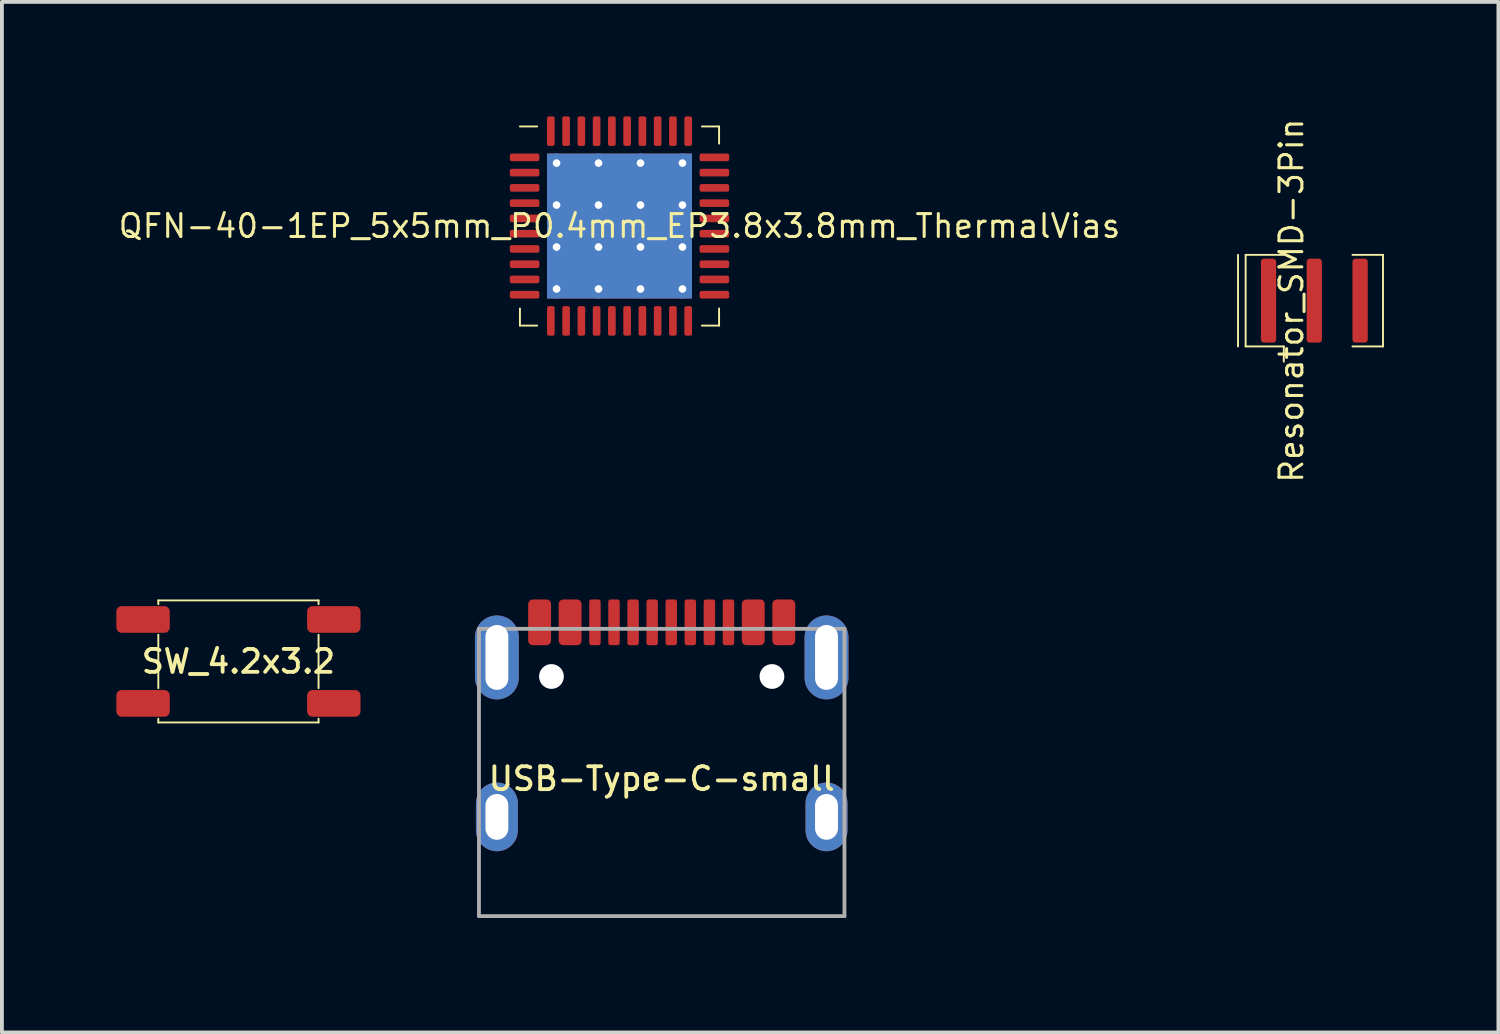
<source format=kicad_pcb>
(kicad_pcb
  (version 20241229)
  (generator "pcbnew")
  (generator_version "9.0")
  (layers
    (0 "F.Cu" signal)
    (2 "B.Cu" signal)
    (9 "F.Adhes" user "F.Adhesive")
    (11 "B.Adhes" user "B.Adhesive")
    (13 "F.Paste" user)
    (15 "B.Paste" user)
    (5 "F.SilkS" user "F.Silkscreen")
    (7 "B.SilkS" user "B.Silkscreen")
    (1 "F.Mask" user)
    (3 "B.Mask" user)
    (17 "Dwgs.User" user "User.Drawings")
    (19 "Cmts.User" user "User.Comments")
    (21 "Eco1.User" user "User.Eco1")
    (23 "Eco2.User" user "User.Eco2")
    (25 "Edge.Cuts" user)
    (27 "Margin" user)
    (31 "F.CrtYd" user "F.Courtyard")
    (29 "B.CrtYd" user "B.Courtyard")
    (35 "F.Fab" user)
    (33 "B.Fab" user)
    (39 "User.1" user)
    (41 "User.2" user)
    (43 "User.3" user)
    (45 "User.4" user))
  (footprint "Resonator_SMD-3Pin"
    (layer "F.Cu")
    (at 31.402 4.831)
    (property "Reference" "Resonator_SMD-3Pin" (at -0.6 0 90) (layer "F.SilkS") (effects (font (size 0.6 0.6) (thickness 0.08))))
    (attr smd)
    (fp_line (start -2 -1.2) (end -2 1.2) (stroke (width 0.05) (type solid)) (layer "F.SilkS"))
    (fp_line (start -1.8 -1.2) (end -0.8 -1.2) (stroke (width 0.05) (type solid)) (layer "F.SilkS"))
    (fp_line (start -1.8 1.2) (end -1.8 -1.2) (stroke (width 0.05) (type solid)) (layer "F.SilkS"))
    (fp_line (start -0.8 1.2) (end -1.8 1.2) (stroke (width 0.05) (type solid)) (layer "F.SilkS"))
    (fp_line (start -0.8 1.2) (end -0.8 1.6) (stroke (width 0.05) (type solid)) (layer "F.SilkS"))
    (fp_line (start 1 -1.2) (end 1.8 -1.2) (stroke (width 0.05) (type solid)) (layer "F.SilkS"))
    (fp_line (start 1.8 -1.2) (end 1.8 1.2) (stroke (width 0.05) (type solid)) (layer "F.SilkS"))
    (fp_line (start 1.8 1.2) (end 1 1.2) (stroke (width 0.05) (type solid)) (layer "F.SilkS"))
    (pad "1" smd roundrect (at -1.2 0) (size 0.4 2.2) (layers "F.Cu" "F.Mask" "F.Paste") (roundrect_rratio 0.2))
    (pad "2" smd roundrect (at 0 0) (size 0.4 2.2) (layers "F.Cu" "F.Mask" "F.Paste") (roundrect_rratio 0.2))
    (pad "3" smd roundrect (at 1.2 0) (size 0.4 2.2) (layers "F.Cu" "F.Mask" "F.Paste") (roundrect_rratio 0.2)))
  (footprint "USB-Type-C-small"
    (layer "F.Cu")
    (at 14.295 17.363)
    (property "Reference" "USB-Type-C-small" (at 0 0 0) (layer "F.SilkS") (effects (font (size 0.6 0.6) (thickness 0.1))))
    (attr smd)
    (fp_line (start -4.79 -1.65) (end -4.79 -0.4) (stroke (width 0.05) (type solid)) (layer "F.SilkS"))
    (fp_line (start -4.79 2.32) (end -4.79 3.6) (stroke (width 0.05) (type solid)) (layer "F.SilkS"))
    (fp_line (start -4.79 3.6) (end 4.79 3.6) (stroke (width 0.05) (type solid)) (layer "F.SilkS"))
    (fp_line (start 4.79 -1.65) (end 4.79 -0.4) (stroke (width 0.05) (type solid)) (layer "F.SilkS"))
    (fp_line (start 4.79 3.6) (end 4.79 2.32) (stroke (width 0.05) (type solid)) (layer "F.SilkS"))
    (fp_line (start -4.79 -3.93) (end 4.79 -3.93) (stroke (width 0.1) (type solid)) (layer "F.Fab"))
    (fp_line (start -4.79 3.6) (end -4.79 -3.93) (stroke (width 0.1) (type solid)) (layer "F.Fab"))
    (fp_line (start 4.79 -3.93) (end 4.79 3.6) (stroke (width 0.1) (type solid)) (layer "F.Fab"))
    (fp_line (start 4.79 3.6) (end -4.79 3.6) (stroke (width 0.1) (type solid)) (layer "F.Fab"))
    (pad "" np_thru_hole circle (at -2.89 -2.68) (size 0.65 0.65) (drill 0.65) (layers "*.Cu" "*.Mask"))
    (pad "" np_thru_hole circle (at 2.89 -2.68) (size 0.65 0.65) (drill 0.65) (layers "*.Cu" "*.Mask"))
    (pad "A1/B12" smd roundrect (at -3.2 -4.1) (size 0.6 1.2) (layers "F.Cu" "F.Mask" "F.Paste") (roundrect_rratio 0.2))
    (pad "A4/B9" smd roundrect (at -2.4 -4.1) (size 0.6 1.2) (layers "F.Cu" "F.Mask" "F.Paste") (roundrect_rratio 0.2))
    (pad "A5" smd roundrect (at -1.25 -4.1) (size 0.3 1.2) (layers "F.Cu" "F.Mask" "F.Paste") (roundrect_rratio 0.2))
    (pad "A6" smd roundrect (at -0.25 -4.1) (size 0.3 1.2) (layers "F.Cu" "F.Mask" "F.Paste") (roundrect_rratio 0.2))
    (pad "A7" smd roundrect (at 0.25 -4.1) (size 0.3 1.2) (layers "F.Cu" "F.Mask" "F.Paste") (roundrect_rratio 0.2))
    (pad "A8" smd roundrect (at 1.25 -4.1) (size 0.3 1.2) (layers "F.Cu" "F.Mask" "F.Paste") (roundrect_rratio 0.2))
    (pad "B1/A12" smd roundrect (at 3.2 -4.1) (size 0.6 1.2) (layers "F.Cu" "F.Mask" "F.Paste") (roundrect_rratio 0.2))
    (pad "B4/A9" smd roundrect (at 2.4 -4.1) (size 0.6 1.2) (layers "F.Cu" "F.Mask" "F.Paste") (roundrect_rratio 0.2))
    (pad "B5" smd roundrect (at 1.75 -4.1) (size 0.3 1.2) (layers "F.Cu" "F.Mask" "F.Paste") (roundrect_rratio 0.2))
    (pad "B6" smd roundrect (at 0.75 -4.1) (size 0.3 1.2) (layers "F.Cu" "F.Mask" "F.Paste") (roundrect_rratio 0.2))
    (pad "B7" smd roundrect (at -0.75 -4.1) (size 0.3 1.2) (layers "F.Cu" "F.Mask" "F.Paste") (roundrect_rratio 0.2))
    (pad "B8" smd roundrect (at -1.75 -4.1) (size 0.3 1.2) (layers "F.Cu" "F.Mask" "F.Paste") (roundrect_rratio 0.2))
    (pad "G1" thru_hole oval (at -4.32 1) (size 1.1 1.8) (drill oval 0.6 1.2) (layers "*.Cu" "*.Mask"))
    (pad "G2" thru_hole oval (at 4.32 1) (size 1.1 1.8) (drill oval 0.6 1.2) (layers "*.Cu" "*.Mask"))
    (pad "G3" thru_hole oval (at -4.32 -3.18) (size 1.15 2.2) (drill oval 0.6 1.7) (layers "*.Cu" "*.Mask"))
    (pad "G4" thru_hole oval (at 4.32 -3.18) (size 1.15 2.2) (drill oval 0.6 1.7) (layers "*.Cu" "*.Mask")))
  (footprint "SW_4.2x3.2"
    (layer "F.Cu")
    (at 3.2 14.288)
    (property "Reference" "SW_4.2x3.2" (at 0 0 0) (layer "F.SilkS") (effects (font (size 0.6 0.6) (thickness 0.1))))
    (attr smd)
    (fp_line (start -2.1 -1.6) (end -2.1 -1.5) (stroke (width 0.05) (type solid)) (layer "F.SilkS"))
    (fp_line (start -2.1 -1.6) (end 2.1 -1.6) (stroke (width 0.05) (type solid)) (layer "F.SilkS"))
    (fp_line (start -2.1 -0.7) (end -2.1 0.7) (stroke (width 0.05) (type solid)) (layer "F.SilkS"))
    (fp_line (start -2.1 1.6) (end -2.1 1.5) (stroke (width 0.05) (type solid)) (layer "F.SilkS"))
    (fp_line (start -2.1 1.6) (end 2.1 1.6) (stroke (width 0.05) (type solid)) (layer "F.SilkS"))
    (fp_line (start 2.1 -1.6) (end 2.1 -1.5) (stroke (width 0.05) (type solid)) (layer "F.SilkS"))
    (fp_line (start 2.1 -0.7) (end 2.1 0.7) (stroke (width 0.05) (type solid)) (layer "F.SilkS"))
    (fp_line (start 2.1 1.5) (end 2.1 1.6) (stroke (width 0.05) (type solid)) (layer "F.SilkS"))
    (pad "1" smd roundrect (at -2.5 -1.1) (size 1.4 0.7) (layers "F.Cu" "F.Mask" "F.Paste") (roundrect_rratio 0.2))
    (pad "1" smd roundrect (at 2.5 -1.1) (size 1.4 0.7) (layers "F.Cu" "F.Mask" "F.Paste") (roundrect_rratio 0.2))
    (pad "2" smd roundrect (at -2.5 1.1) (size 1.4 0.7) (layers "F.Cu" "F.Mask" "F.Paste") (roundrect_rratio 0.2))
    (pad "2" smd roundrect (at 2.5 1.1) (size 1.4 0.7) (layers "F.Cu" "F.Mask" "F.Paste") (roundrect_rratio 0.2)))
  (footprint "QFN-40-1EP_5x5mm_P0.4mm_EP3.8x3.8mm_ThermalVias"
    (layer "F.Cu")
    (at 13.189 2.875)
    (property "Reference" "QFN-40-1EP_5x5mm_P0.4mm_EP3.8x3.8mm_ThermalVias" (at 0 0 0) (layer "F.SilkS") (effects (font (size 0.6 0.6) (thickness 0.08))))
    (attr smd)
    (fp_line (start -2.61 2.61) (end -2.61 2.16) (stroke (width 0.05) (type solid)) (layer "F.SilkS"))
    (fp_line (start -2.16 -2.61) (end -2.61 -2.61) (stroke (width 0.05) (type solid)) (layer "F.SilkS"))
    (fp_line (start -2.16 2.61) (end -2.61 2.61) (stroke (width 0.05) (type solid)) (layer "F.SilkS"))
    (fp_line (start 2.16 -2.61) (end 2.61 -2.61) (stroke (width 0.05) (type solid)) (layer "F.SilkS"))
    (fp_line (start 2.16 2.61) (end 2.61 2.61) (stroke (width 0.05) (type solid)) (layer "F.SilkS"))
    (fp_line (start 2.61 -2.61) (end 2.61 -2.16) (stroke (width 0.05) (type solid)) (layer "F.SilkS"))
    (fp_line (start 2.61 2.61) (end 2.61 2.16) (stroke (width 0.05) (type solid)) (layer "F.SilkS"))
    (pad "" smd custom (at -1.1 -1.1) (size 0.865 0.865) (layers "F.Paste") (options (anchor circle)) (primitives (gr_poly (pts (xy -0.375 -0.279) (xy -0.279 -0.375) (xy 0.279 -0.375) (xy 0.375 -0.279) (xy 0.375 0.279) (xy 0.279 0.375) (xy -0.279 0.375) (xy -0.375 0.279)) (width 0.232) (fill yes))))
    (pad "" smd custom (at -1.1 0) (size 0.865 0.865) (layers "F.Paste") (options (anchor circle)) (primitives (gr_poly (pts (xy -0.375 -0.279) (xy -0.279 -0.375) (xy 0.279 -0.375) (xy 0.375 -0.279) (xy 0.375 0.279) (xy 0.279 0.375) (xy -0.279 0.375) (xy -0.375 0.279)) (width 0.232) (fill yes))))
    (pad "" smd custom (at -1.1 1.1) (size 0.865 0.865) (layers "F.Paste") (options (anchor circle)) (primitives (gr_poly (pts (xy -0.375 -0.279) (xy -0.279 -0.375) (xy 0.279 -0.375) (xy 0.375 -0.279) (xy 0.375 0.279) (xy 0.279 0.375) (xy -0.279 0.375) (xy -0.375 0.279)) (width 0.232) (fill yes))))
    (pad "" smd custom (at 0 -1.1) (size 0.865 0.865) (layers "F.Paste") (options (anchor circle)) (primitives (gr_poly (pts (xy -0.375 -0.279) (xy -0.279 -0.375) (xy 0.279 -0.375) (xy 0.375 -0.279) (xy 0.375 0.279) (xy 0.279 0.375) (xy -0.279 0.375) (xy -0.375 0.279)) (width 0.232) (fill yes))))
    (pad "" smd custom (at 0 0) (size 0.865 0.865) (layers "F.Paste") (options (anchor circle)) (primitives (gr_poly (pts (xy -0.375 -0.279) (xy -0.279 -0.375) (xy 0.279 -0.375) (xy 0.375 -0.279) (xy 0.375 0.279) (xy 0.279 0.375) (xy -0.279 0.375) (xy -0.375 0.279)) (width 0.232) (fill yes))))
    (pad "" smd custom (at 0 1.1) (size 0.865 0.865) (layers "F.Paste") (options (anchor circle)) (primitives (gr_poly (pts (xy -0.375 -0.279) (xy -0.279 -0.375) (xy 0.279 -0.375) (xy 0.375 -0.279) (xy 0.375 0.279) (xy 0.279 0.375) (xy -0.279 0.375) (xy -0.375 0.279)) (width 0.232) (fill yes))))
    (pad "" smd custom (at 1.1 -1.1) (size 0.865 0.865) (layers "F.Paste") (options (anchor circle)) (primitives (gr_poly (pts (xy -0.375 -0.279) (xy -0.279 -0.375) (xy 0.279 -0.375) (xy 0.375 -0.279) (xy 0.375 0.279) (xy 0.279 0.375) (xy -0.279 0.375) (xy -0.375 0.279)) (width 0.232) (fill yes))))
    (pad "" smd custom (at 1.1 0) (size 0.865 0.865) (layers "F.Paste") (options (anchor circle)) (primitives (gr_poly (pts (xy -0.375 -0.279) (xy -0.279 -0.375) (xy 0.279 -0.375) (xy 0.375 -0.279) (xy 0.375 0.279) (xy 0.279 0.375) (xy -0.279 0.375) (xy -0.375 0.279)) (width 0.232) (fill yes))))
    (pad "" smd custom (at 1.1 1.1) (size 0.865 0.865) (layers "F.Paste") (options (anchor circle)) (primitives (gr_poly (pts (xy -0.375 -0.279) (xy -0.279 -0.375) (xy 0.279 -0.375) (xy 0.375 -0.279) (xy 0.375 0.279) (xy 0.279 0.375) (xy -0.279 0.375) (xy -0.375 0.279)) (width 0.232) (fill yes))))
    (pad "1" smd roundrect (at -2.487 -1.8) (size 0.775 0.2) (layers "F.Cu" "F.Mask" "F.Paste") (roundrect_rratio 0.25))
    (pad "2" smd roundrect (at -2.487 -1.4) (size 0.775 0.2) (layers "F.Cu" "F.Mask" "F.Paste") (roundrect_rratio 0.25))
    (pad "3" smd roundrect (at -2.487 -1) (size 0.775 0.2) (layers "F.Cu" "F.Mask" "F.Paste") (roundrect_rratio 0.25))
    (pad "4" smd roundrect (at -2.487 -0.6) (size 0.775 0.2) (layers "F.Cu" "F.Mask" "F.Paste") (roundrect_rratio 0.25))
    (pad "5" smd roundrect (at -2.487 -0.2) (size 0.775 0.2) (layers "F.Cu" "F.Mask" "F.Paste") (roundrect_rratio 0.25))
    (pad "6" smd roundrect (at -2.487 0.2) (size 0.775 0.2) (layers "F.Cu" "F.Mask" "F.Paste") (roundrect_rratio 0.25))
    (pad "7" smd roundrect (at -2.487 0.6) (size 0.775 0.2) (layers "F.Cu" "F.Mask" "F.Paste") (roundrect_rratio 0.25))
    (pad "8" smd roundrect (at -2.487 1) (size 0.775 0.2) (layers "F.Cu" "F.Mask" "F.Paste") (roundrect_rratio 0.25))
    (pad "9" smd roundrect (at -2.487 1.4) (size 0.775 0.2) (layers "F.Cu" "F.Mask" "F.Paste") (roundrect_rratio 0.25))
    (pad "10" smd roundrect (at -2.487 1.8) (size 0.775 0.2) (layers "F.Cu" "F.Mask" "F.Paste") (roundrect_rratio 0.25))
    (pad "11" smd roundrect (at -1.8 2.487) (size 0.2 0.775) (layers "F.Cu" "F.Mask" "F.Paste") (roundrect_rratio 0.25))
    (pad "12" smd roundrect (at -1.4 2.487) (size 0.2 0.775) (layers "F.Cu" "F.Mask" "F.Paste") (roundrect_rratio 0.25))
    (pad "13" smd roundrect (at -1 2.487) (size 0.2 0.775) (layers "F.Cu" "F.Mask" "F.Paste") (roundrect_rratio 0.25))
    (pad "14" smd roundrect (at -0.6 2.487) (size 0.2 0.775) (layers "F.Cu" "F.Mask" "F.Paste") (roundrect_rratio 0.25))
    (pad "15" smd roundrect (at -0.2 2.487) (size 0.2 0.775) (layers "F.Cu" "F.Mask" "F.Paste") (roundrect_rratio 0.25))
    (pad "16" smd roundrect (at 0.2 2.487) (size 0.2 0.775) (layers "F.Cu" "F.Mask" "F.Paste") (roundrect_rratio 0.25))
    (pad "17" smd roundrect (at 0.6 2.487) (size 0.2 0.775) (layers "F.Cu" "F.Mask" "F.Paste") (roundrect_rratio 0.25))
    (pad "18" smd roundrect (at 1 2.487) (size 0.2 0.775) (layers "F.Cu" "F.Mask" "F.Paste") (roundrect_rratio 0.25))
    (pad "19" smd roundrect (at 1.4 2.487) (size 0.2 0.775) (layers "F.Cu" "F.Mask" "F.Paste") (roundrect_rratio 0.25))
    (pad "20" smd roundrect (at 1.8 2.487) (size 0.2 0.775) (layers "F.Cu" "F.Mask" "F.Paste") (roundrect_rratio 0.25))
    (pad "21" smd roundrect (at 2.487 1.8) (size 0.775 0.2) (layers "F.Cu" "F.Mask" "F.Paste") (roundrect_rratio 0.25))
    (pad "22" smd roundrect (at 2.487 1.4) (size 0.775 0.2) (layers "F.Cu" "F.Mask" "F.Paste") (roundrect_rratio 0.25))
    (pad "23" smd roundrect (at 2.487 1) (size 0.775 0.2) (layers "F.Cu" "F.Mask" "F.Paste") (roundrect_rratio 0.25))
    (pad "24" smd roundrect (at 2.487 0.6) (size 0.775 0.2) (layers "F.Cu" "F.Mask" "F.Paste") (roundrect_rratio 0.25))
    (pad "25" smd roundrect (at 2.487 0.2) (size 0.775 0.2) (layers "F.Cu" "F.Mask" "F.Paste") (roundrect_rratio 0.25))
    (pad "26" smd roundrect (at 2.487 -0.2) (size 0.775 0.2) (layers "F.Cu" "F.Mask" "F.Paste") (roundrect_rratio 0.25))
    (pad "27" smd roundrect (at 2.487 -0.6) (size 0.775 0.2) (layers "F.Cu" "F.Mask" "F.Paste") (roundrect_rratio 0.25))
    (pad "28" smd roundrect (at 2.487 -1) (size 0.775 0.2) (layers "F.Cu" "F.Mask" "F.Paste") (roundrect_rratio 0.25))
    (pad "29" smd roundrect (at 2.487 -1.4) (size 0.775 0.2) (layers "F.Cu" "F.Mask" "F.Paste") (roundrect_rratio 0.25))
    (pad "30" smd roundrect (at 2.487 -1.8) (size 0.775 0.2) (layers "F.Cu" "F.Mask" "F.Paste") (roundrect_rratio 0.25))
    (pad "31" smd roundrect (at 1.8 -2.487) (size 0.2 0.775) (layers "F.Cu" "F.Mask" "F.Paste") (roundrect_rratio 0.25))
    (pad "32" smd roundrect (at 1.4 -2.487) (size 0.2 0.775) (layers "F.Cu" "F.Mask" "F.Paste") (roundrect_rratio 0.25))
    (pad "33" smd roundrect (at 1 -2.487) (size 0.2 0.775) (layers "F.Cu" "F.Mask" "F.Paste") (roundrect_rratio 0.25))
    (pad "34" smd roundrect (at 0.6 -2.487) (size 0.2 0.775) (layers "F.Cu" "F.Mask" "F.Paste") (roundrect_rratio 0.25))
    (pad "35" smd roundrect (at 0.2 -2.487) (size 0.2 0.775) (layers "F.Cu" "F.Mask" "F.Paste") (roundrect_rratio 0.25))
    (pad "36" smd roundrect (at -0.2 -2.487) (size 0.2 0.775) (layers "F.Cu" "F.Mask" "F.Paste") (roundrect_rratio 0.25))
    (pad "37" smd roundrect (at -0.6 -2.487) (size 0.2 0.775) (layers "F.Cu" "F.Mask" "F.Paste") (roundrect_rratio 0.25))
    (pad "38" smd roundrect (at -1 -2.487) (size 0.2 0.775) (layers "F.Cu" "F.Mask" "F.Paste") (roundrect_rratio 0.25))
    (pad "39" smd roundrect (at -1.4 -2.487) (size 0.2 0.775) (layers "F.Cu" "F.Mask" "F.Paste") (roundrect_rratio 0.25))
    (pad "40" smd roundrect (at -1.8 -2.487) (size 0.2 0.775) (layers "F.Cu" "F.Mask" "F.Paste") (roundrect_rratio 0.25))
    (pad "41" thru_hole circle (at -1.65 -1.65) (size 0.5 0.5) (drill 0.2) (layers "*.Cu"))
    (pad "41" thru_hole circle (at -1.65 -0.55) (size 0.5 0.5) (drill 0.2) (layers "*.Cu"))
    (pad "41" thru_hole circle (at -1.65 0.55) (size 0.5 0.5) (drill 0.2) (layers "*.Cu"))
    (pad "41" thru_hole circle (at -1.65 1.65) (size 0.5 0.5) (drill 0.2) (layers "*.Cu"))
    (pad "41" thru_hole circle (at -0.55 -1.65) (size 0.5 0.5) (drill 0.2) (layers "*.Cu"))
    (pad "41" thru_hole circle (at -0.55 -0.55) (size 0.5 0.5) (drill 0.2) (layers "*.Cu"))
    (pad "41" thru_hole circle (at -0.55 0.55) (size 0.5 0.5) (drill 0.2) (layers "*.Cu"))
    (pad "41" thru_hole circle (at -0.55 1.65) (size 0.5 0.5) (drill 0.2) (layers "*.Cu"))
    (pad "41" smd rect (at 0 0) (size 3.8 3.8) (layers "F.Cu" "F.Mask"))
    (pad "41" smd rect (at 0 0) (size 3.8 3.8) (layers "B.Cu"))
    (pad "41" thru_hole circle (at 0.55 -1.65) (size 0.5 0.5) (drill 0.2) (layers "*.Cu"))
    (pad "41" thru_hole circle (at 0.55 -0.55) (size 0.5 0.5) (drill 0.2) (layers "*.Cu"))
    (pad "41" thru_hole circle (at 0.55 0.55) (size 0.5 0.5) (drill 0.2) (layers "*.Cu"))
    (pad "41" thru_hole circle (at 0.55 1.65) (size 0.5 0.5) (drill 0.2) (layers "*.Cu"))
    (pad "41" thru_hole circle (at 1.65 -1.65) (size 0.5 0.5) (drill 0.2) (layers "*.Cu"))
    (pad "41" thru_hole circle (at 1.65 -0.55) (size 0.5 0.5) (drill 0.2) (layers "*.Cu"))
    (pad "41" thru_hole circle (at 1.65 0.55) (size 0.5 0.5) (drill 0.2) (layers "*.Cu"))
    (pad "41" thru_hole circle (at 1.65 1.65) (size 0.5 0.5) (drill 0.2) (layers "*.Cu")))
  (gr_rect
    (start -3 -3)
    (end 36.227 24.013)
    (stroke (width 0.1) (type default))
    (fill no)
    (layer "Edge.Cuts")))
</source>
